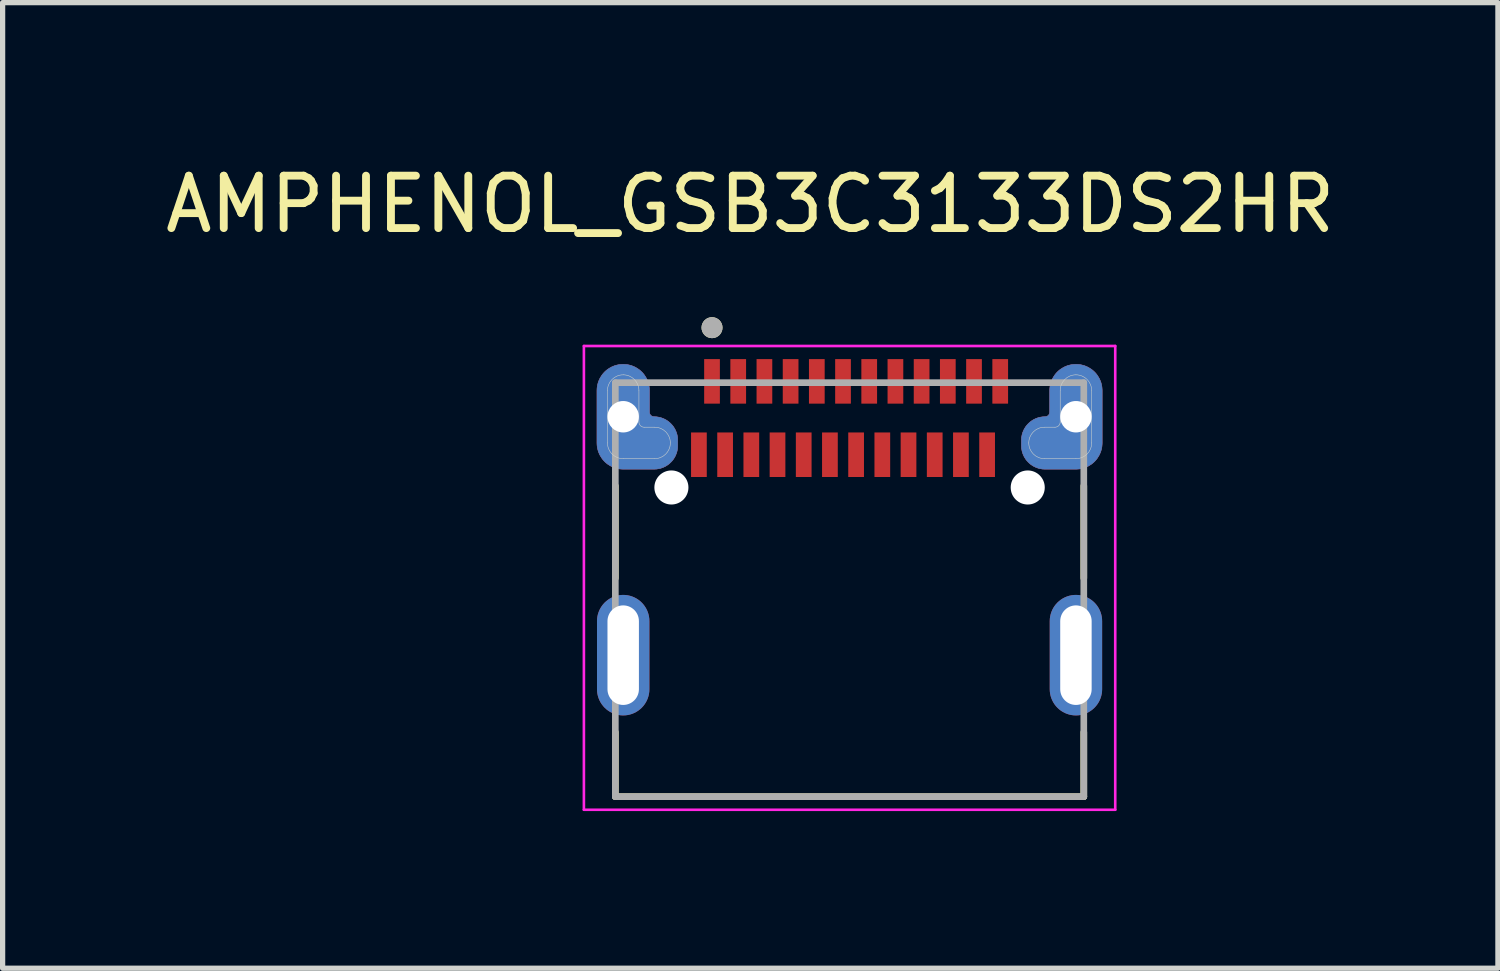
<source format=kicad_pcb>
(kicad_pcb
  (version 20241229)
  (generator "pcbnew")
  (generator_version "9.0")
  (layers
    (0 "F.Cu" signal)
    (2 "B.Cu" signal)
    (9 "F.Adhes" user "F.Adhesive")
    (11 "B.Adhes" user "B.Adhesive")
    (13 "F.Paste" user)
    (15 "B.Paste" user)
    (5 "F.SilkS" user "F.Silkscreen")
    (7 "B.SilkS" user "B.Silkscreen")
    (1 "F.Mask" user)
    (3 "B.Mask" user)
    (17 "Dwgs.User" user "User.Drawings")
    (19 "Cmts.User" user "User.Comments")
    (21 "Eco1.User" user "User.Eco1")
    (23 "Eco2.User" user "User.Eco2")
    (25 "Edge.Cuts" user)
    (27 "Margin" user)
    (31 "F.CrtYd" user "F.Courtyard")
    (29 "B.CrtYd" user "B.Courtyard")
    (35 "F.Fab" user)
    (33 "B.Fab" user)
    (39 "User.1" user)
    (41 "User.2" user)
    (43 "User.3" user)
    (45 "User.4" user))
  (footprint "AMPHENOL_GSB3C3133DS2HR"
    (layer "F.Cu")
    (at 13.163 9.453)
    (property "Reference" "AMPHENOL_GSB3C3133DS2HR" (at -1.895 -8.605 0) (layer "F.SilkS") (effects (font (size 1 1) (thickness 0.15))))
    (attr smd)
    (fp_poly (pts (xy -3.73 -3.55) (xy -3.706 -3.551) (xy -3.683 -3.552) (xy -3.66 -3.556) (xy -3.636 -3.56) (xy -3.614 -3.565) (xy -3.591 -3.572) (xy -3.569 -3.58) (xy -3.547 -3.589) (xy -3.526 -3.599) (xy -3.505 -3.61) (xy -3.485 -3.623) (xy -3.465 -3.636) (xy -3.447 -3.65) (xy -3.429 -3.666) (xy -3.412 -3.682) (xy -3.396 -3.699) (xy -3.38 -3.717) (xy -3.366 -3.735) (xy -3.353 -3.755) (xy -3.34 -3.775) (xy -3.329 -3.796) (xy -3.319 -3.817) (xy -3.31 -3.839) (xy -3.302 -3.861) (xy -3.295 -3.884) (xy -3.29 -3.906) (xy -3.286 -3.93) (xy -3.282 -3.953) (xy -3.281 -3.976) (xy -3.28 -4) (xy -3.28 -4.1) (xy -3.281 -4.124) (xy -3.282 -4.147) (xy -3.286 -4.17) (xy -3.29 -4.194) (xy -3.295 -4.216) (xy -3.302 -4.239) (xy -3.31 -4.261) (xy -3.319 -4.283) (xy -3.329 -4.304) (xy -3.34 -4.325) (xy -3.353 -4.345) (xy -3.366 -4.365) (xy -3.38 -4.383) (xy -3.396 -4.401) (xy -3.412 -4.418) (xy -3.429 -4.434) (xy -3.447 -4.45) (xy -3.465 -4.464) (xy -3.485 -4.477) (xy -3.505 -4.49) (xy -3.526 -4.501) (xy -3.547 -4.511) (xy -3.569 -4.52) (xy -3.591 -4.528) (xy -3.614 -4.535) (xy -3.636 -4.54) (xy -3.66 -4.544) (xy -3.683 -4.548) (xy -3.706 -4.549) (xy -3.73 -4.55) (xy -3.735 -4.55) (xy -3.739 -4.55) (xy -3.744 -4.551) (xy -3.749 -4.552) (xy -3.753 -4.553) (xy -3.758 -4.554) (xy -3.762 -4.556) (xy -3.767 -4.558) (xy -3.771 -4.56) (xy -3.775 -4.562) (xy -3.779 -4.565) (xy -3.783 -4.567) (xy -3.787 -4.57) (xy -3.79 -4.573) (xy -3.794 -4.576) (xy -3.797 -4.58) (xy -3.8 -4.583) (xy -3.803 -4.587) (xy -3.805 -4.591) (xy -3.808 -4.595) (xy -3.81 -4.599) (xy -3.812 -4.603) (xy -3.814 -4.608) (xy -3.816 -4.612) (xy -3.817 -4.617) (xy -3.818 -4.621) (xy -3.819 -4.626) (xy -3.82 -4.631) (xy -3.82 -4.635) (xy -3.82 -4.64) (xy -3.82 -5.05) (xy -3.821 -5.076) (xy -3.823 -5.102) (xy -3.826 -5.128) (xy -3.831 -5.154) (xy -3.837 -5.179) (xy -3.844 -5.205) (xy -3.853 -5.229) (xy -3.863 -5.253) (xy -3.874 -5.277) (xy -3.887 -5.3) (xy -3.901 -5.322) (xy -3.915 -5.344) (xy -3.931 -5.365) (xy -3.948 -5.385) (xy -3.966 -5.404) (xy -3.985 -5.422) (xy -4.005 -5.439) (xy -4.026 -5.455) (xy -4.048 -5.469) (xy -4.07 -5.483) (xy -4.093 -5.496) (xy -4.117 -5.507) (xy -4.141 -5.517) (xy -4.165 -5.526) (xy -4.191 -5.533) (xy -4.216 -5.539) (xy -4.242 -5.544) (xy -4.268 -5.547) (xy -4.294 -5.549) (xy -4.32 -5.55) (xy -4.346 -5.549) (xy -4.372 -5.547) (xy -4.398 -5.544) (xy -4.424 -5.539) (xy -4.449 -5.533) (xy -4.475 -5.526) (xy -4.499 -5.517) (xy -4.523 -5.507) (xy -4.547 -5.496) (xy -4.57 -5.483) (xy -4.592 -5.469) (xy -4.614 -5.455) (xy -4.635 -5.439) (xy -4.655 -5.422) (xy -4.674 -5.404) (xy -4.692 -5.385) (xy -4.709 -5.365) (xy -4.725 -5.344) (xy -4.739 -5.322) (xy -4.753 -5.3) (xy -4.766 -5.277) (xy -4.777 -5.253) (xy -4.787 -5.229) (xy -4.796 -5.205) (xy -4.803 -5.179) (xy -4.809 -5.154) (xy -4.814 -5.128) (xy -4.817 -5.102) (xy -4.819 -5.076) (xy -4.82 -5.05) (xy -4.82 -4.05) (xy -4.819 -4.024) (xy -4.817 -3.998) (xy -4.814 -3.972) (xy -4.809 -3.946) (xy -4.803 -3.921) (xy -4.796 -3.895) (xy -4.787 -3.871) (xy -4.777 -3.847) (xy -4.766 -3.823) (xy -4.753 -3.8) (xy -4.739 -3.778) (xy -4.725 -3.756) (xy -4.709 -3.735) (xy -4.692 -3.715) (xy -4.674 -3.696) (xy -4.655 -3.678) (xy -4.635 -3.661) (xy -4.614 -3.645) (xy -4.592 -3.631) (xy -4.57 -3.617) (xy -4.547 -3.604) (xy -4.523 -3.593) (xy -4.499 -3.583) (xy -4.475 -3.574) (xy -4.449 -3.567) (xy -4.424 -3.561) (xy -4.398 -3.556) (xy -4.372 -3.553) (xy -4.346 -3.551) (xy -4.32 -3.55) (xy -3.73 -3.55)) (stroke (width 0.01) (type solid)) (fill yes) (layer "F.Cu"))
    (fp_poly (pts (xy 3.73 -3.55) (xy 3.706 -3.551) (xy 3.683 -3.552) (xy 3.66 -3.556) (xy 3.636 -3.56) (xy 3.614 -3.565) (xy 3.591 -3.572) (xy 3.569 -3.58) (xy 3.547 -3.589) (xy 3.526 -3.599) (xy 3.505 -3.61) (xy 3.485 -3.623) (xy 3.465 -3.636) (xy 3.447 -3.65) (xy 3.429 -3.666) (xy 3.412 -3.682) (xy 3.396 -3.699) (xy 3.38 -3.717) (xy 3.366 -3.735) (xy 3.353 -3.755) (xy 3.34 -3.775) (xy 3.329 -3.796) (xy 3.319 -3.817) (xy 3.31 -3.839) (xy 3.302 -3.861) (xy 3.295 -3.884) (xy 3.29 -3.906) (xy 3.286 -3.93) (xy 3.282 -3.953) (xy 3.281 -3.976) (xy 3.28 -4) (xy 3.28 -4.1) (xy 3.281 -4.124) (xy 3.282 -4.147) (xy 3.286 -4.17) (xy 3.29 -4.194) (xy 3.295 -4.216) (xy 3.302 -4.239) (xy 3.31 -4.261) (xy 3.319 -4.283) (xy 3.329 -4.304) (xy 3.34 -4.325) (xy 3.353 -4.345) (xy 3.366 -4.365) (xy 3.38 -4.383) (xy 3.396 -4.401) (xy 3.412 -4.418) (xy 3.429 -4.434) (xy 3.447 -4.45) (xy 3.465 -4.464) (xy 3.485 -4.477) (xy 3.505 -4.49) (xy 3.526 -4.501) (xy 3.547 -4.511) (xy 3.569 -4.52) (xy 3.591 -4.528) (xy 3.614 -4.535) (xy 3.636 -4.54) (xy 3.66 -4.544) (xy 3.683 -4.548) (xy 3.706 -4.549) (xy 3.73 -4.55) (xy 3.735 -4.55) (xy 3.739 -4.55) (xy 3.744 -4.551) (xy 3.749 -4.552) (xy 3.753 -4.553) (xy 3.758 -4.554) (xy 3.762 -4.556) (xy 3.767 -4.558) (xy 3.771 -4.56) (xy 3.775 -4.562) (xy 3.779 -4.565) (xy 3.783 -4.567) (xy 3.787 -4.57) (xy 3.79 -4.573) (xy 3.794 -4.576) (xy 3.797 -4.58) (xy 3.8 -4.583) (xy 3.803 -4.587) (xy 3.805 -4.591) (xy 3.808 -4.595) (xy 3.81 -4.599) (xy 3.812 -4.603) (xy 3.814 -4.608) (xy 3.816 -4.612) (xy 3.817 -4.617) (xy 3.818 -4.621) (xy 3.819 -4.626) (xy 3.82 -4.631) (xy 3.82 -4.635) (xy 3.82 -4.64) (xy 3.82 -5.05) (xy 3.821 -5.076) (xy 3.823 -5.102) (xy 3.826 -5.128) (xy 3.831 -5.154) (xy 3.837 -5.179) (xy 3.844 -5.205) (xy 3.853 -5.229) (xy 3.863 -5.253) (xy 3.874 -5.277) (xy 3.887 -5.3) (xy 3.901 -5.322) (xy 3.915 -5.344) (xy 3.931 -5.365) (xy 3.948 -5.385) (xy 3.966 -5.404) (xy 3.985 -5.422) (xy 4.005 -5.439) (xy 4.026 -5.455) (xy 4.048 -5.469) (xy 4.07 -5.483) (xy 4.093 -5.496) (xy 4.117 -5.507) (xy 4.141 -5.517) (xy 4.165 -5.526) (xy 4.191 -5.533) (xy 4.216 -5.539) (xy 4.242 -5.544) (xy 4.268 -5.547) (xy 4.294 -5.549) (xy 4.32 -5.55) (xy 4.346 -5.549) (xy 4.372 -5.547) (xy 4.398 -5.544) (xy 4.424 -5.539) (xy 4.449 -5.533) (xy 4.475 -5.526) (xy 4.499 -5.517) (xy 4.523 -5.507) (xy 4.547 -5.496) (xy 4.57 -5.483) (xy 4.592 -5.469) (xy 4.614 -5.455) (xy 4.635 -5.439) (xy 4.655 -5.422) (xy 4.674 -5.404) (xy 4.692 -5.385) (xy 4.709 -5.365) (xy 4.725 -5.344) (xy 4.739 -5.322) (xy 4.753 -5.3) (xy 4.766 -5.277) (xy 4.777 -5.253) (xy 4.787 -5.229) (xy 4.796 -5.205) (xy 4.803 -5.179) (xy 4.809 -5.154) (xy 4.814 -5.128) (xy 4.817 -5.102) (xy 4.819 -5.076) (xy 4.82 -5.05) (xy 4.82 -4.05) (xy 4.819 -4.024) (xy 4.817 -3.998) (xy 4.814 -3.972) (xy 4.809 -3.946) (xy 4.803 -3.921) (xy 4.796 -3.895) (xy 4.787 -3.871) (xy 4.777 -3.847) (xy 4.766 -3.823) (xy 4.753 -3.8) (xy 4.739 -3.778) (xy 4.725 -3.756) (xy 4.709 -3.735) (xy 4.692 -3.715) (xy 4.674 -3.696) (xy 4.655 -3.678) (xy 4.635 -3.661) (xy 4.614 -3.645) (xy 4.592 -3.631) (xy 4.57 -3.617) (xy 4.547 -3.604) (xy 4.523 -3.593) (xy 4.499 -3.583) (xy 4.475 -3.574) (xy 4.449 -3.567) (xy 4.424 -3.561) (xy 4.398 -3.556) (xy 4.372 -3.553) (xy 4.346 -3.551) (xy 4.32 -3.55) (xy 3.73 -3.55)) (stroke (width 0.01) (type solid)) (fill yes) (layer "F.Cu"))
    (fp_poly (pts (xy -3.18 -4.11) (xy -3.18 -4.05) (xy -3.181 -4.019) (xy -3.183 -3.987) (xy -3.187 -3.956) (xy -3.193 -3.925) (xy -3.2 -3.895) (xy -3.209 -3.865) (xy -3.22 -3.835) (xy -3.232 -3.806) (xy -3.245 -3.778) (xy -3.26 -3.75) (xy -3.277 -3.723) (xy -3.295 -3.697) (xy -3.314 -3.672) (xy -3.334 -3.649) (xy -3.356 -3.626) (xy -3.379 -3.604) (xy -3.402 -3.584) (xy -3.427 -3.565) (xy -3.453 -3.547) (xy -3.48 -3.53) (xy -3.508 -3.515) (xy -3.536 -3.502) (xy -3.565 -3.49) (xy -3.595 -3.479) (xy -3.625 -3.47) (xy -3.655 -3.463) (xy -3.686 -3.457) (xy -3.717 -3.453) (xy -3.749 -3.451) (xy -3.78 -3.45) (xy -4.32 -3.45) (xy -4.351 -3.451) (xy -4.383 -3.453) (xy -4.414 -3.457) (xy -4.445 -3.463) (xy -4.475 -3.47) (xy -4.505 -3.479) (xy -4.535 -3.49) (xy -4.564 -3.502) (xy -4.592 -3.515) (xy -4.62 -3.53) (xy -4.647 -3.547) (xy -4.673 -3.565) (xy -4.698 -3.584) (xy -4.721 -3.604) (xy -4.744 -3.626) (xy -4.766 -3.649) (xy -4.786 -3.672) (xy -4.805 -3.697) (xy -4.823 -3.723) (xy -4.84 -3.75) (xy -4.855 -3.778) (xy -4.868 -3.806) (xy -4.88 -3.835) (xy -4.891 -3.865) (xy -4.9 -3.895) (xy -4.907 -3.925) (xy -4.913 -3.956) (xy -4.917 -3.987) (xy -4.919 -4.019) (xy -4.92 -4.05) (xy -4.92 -5.05) (xy -4.919 -5.081) (xy -4.917 -5.113) (xy -4.913 -5.144) (xy -4.907 -5.175) (xy -4.9 -5.205) (xy -4.891 -5.235) (xy -4.88 -5.265) (xy -4.868 -5.294) (xy -4.855 -5.322) (xy -4.84 -5.35) (xy -4.823 -5.377) (xy -4.805 -5.403) (xy -4.786 -5.428) (xy -4.766 -5.451) (xy -4.744 -5.474) (xy -4.721 -5.496) (xy -4.698 -5.516) (xy -4.673 -5.535) (xy -4.647 -5.553) (xy -4.62 -5.57) (xy -4.592 -5.585) (xy -4.564 -5.598) (xy -4.535 -5.61) (xy -4.505 -5.621) (xy -4.475 -5.63) (xy -4.445 -5.637) (xy -4.414 -5.643) (xy -4.383 -5.647) (xy -4.351 -5.649) (xy -4.32 -5.65) (xy -4.289 -5.649) (xy -4.257 -5.647) (xy -4.226 -5.643) (xy -4.195 -5.637) (xy -4.165 -5.63) (xy -4.135 -5.621) (xy -4.105 -5.61) (xy -4.076 -5.598) (xy -4.048 -5.585) (xy -4.02 -5.57) (xy -3.993 -5.553) (xy -3.967 -5.535) (xy -3.942 -5.516) (xy -3.919 -5.496) (xy -3.896 -5.474) (xy -3.874 -5.451) (xy -3.854 -5.428) (xy -3.835 -5.403) (xy -3.817 -5.377) (xy -3.8 -5.35) (xy -3.785 -5.322) (xy -3.772 -5.294) (xy -3.76 -5.265) (xy -3.749 -5.235) (xy -3.74 -5.205) (xy -3.733 -5.175) (xy -3.727 -5.144) (xy -3.723 -5.113) (xy -3.721 -5.081) (xy -3.72 -5.05) (xy -3.72 -4.65) (xy -3.692 -4.649) (xy -3.664 -4.647) (xy -3.636 -4.643) (xy -3.608 -4.638) (xy -3.58 -4.632) (xy -3.553 -4.624) (xy -3.526 -4.614) (xy -3.5 -4.603) (xy -3.475 -4.591) (xy -3.45 -4.578) (xy -3.426 -4.563) (xy -3.403 -4.547) (xy -3.38 -4.53) (xy -3.359 -4.511) (xy -3.338 -4.492) (xy -3.319 -4.471) (xy -3.3 -4.45) (xy -3.283 -4.427) (xy -3.267 -4.404) (xy -3.252 -4.38) (xy -3.239 -4.355) (xy -3.227 -4.33) (xy -3.216 -4.304) (xy -3.206 -4.277) (xy -3.198 -4.25) (xy -3.192 -4.222) (xy -3.187 -4.194) (xy -3.183 -4.166) (xy -3.181 -4.138) (xy -3.18 -4.11)) (stroke (width 0.01) (type solid)) (fill yes) (layer "F.Mask"))
    (fp_poly (pts (xy 3.78 -3.45) (xy 3.749 -3.451) (xy 3.717 -3.453) (xy 3.686 -3.457) (xy 3.655 -3.463) (xy 3.625 -3.47) (xy 3.595 -3.479) (xy 3.565 -3.49) (xy 3.536 -3.502) (xy 3.508 -3.515) (xy 3.48 -3.53) (xy 3.453 -3.547) (xy 3.427 -3.565) (xy 3.402 -3.584) (xy 3.379 -3.604) (xy 3.356 -3.626) (xy 3.334 -3.649) (xy 3.314 -3.672) (xy 3.295 -3.697) (xy 3.277 -3.723) (xy 3.26 -3.75) (xy 3.245 -3.778) (xy 3.232 -3.806) (xy 3.22 -3.835) (xy 3.209 -3.865) (xy 3.2 -3.895) (xy 3.193 -3.925) (xy 3.187 -3.956) (xy 3.183 -3.987) (xy 3.181 -4.019) (xy 3.18 -4.05) (xy 3.18 -4.11) (xy 3.181 -4.138) (xy 3.183 -4.166) (xy 3.187 -4.194) (xy 3.192 -4.222) (xy 3.198 -4.25) (xy 3.206 -4.277) (xy 3.216 -4.304) (xy 3.227 -4.33) (xy 3.239 -4.355) (xy 3.252 -4.38) (xy 3.267 -4.404) (xy 3.283 -4.427) (xy 3.3 -4.45) (xy 3.319 -4.471) (xy 3.338 -4.492) (xy 3.359 -4.511) (xy 3.38 -4.53) (xy 3.403 -4.547) (xy 3.426 -4.563) (xy 3.45 -4.578) (xy 3.475 -4.591) (xy 3.5 -4.603) (xy 3.526 -4.614) (xy 3.553 -4.624) (xy 3.58 -4.632) (xy 3.608 -4.638) (xy 3.636 -4.643) (xy 3.664 -4.647) (xy 3.692 -4.649) (xy 3.72 -4.65) (xy 3.72 -5.05) (xy 3.721 -5.081) (xy 3.723 -5.113) (xy 3.727 -5.144) (xy 3.733 -5.175) (xy 3.74 -5.205) (xy 3.749 -5.235) (xy 3.76 -5.265) (xy 3.772 -5.294) (xy 3.785 -5.322) (xy 3.8 -5.35) (xy 3.817 -5.377) (xy 3.835 -5.403) (xy 3.854 -5.428) (xy 3.874 -5.451) (xy 3.896 -5.474) (xy 3.919 -5.496) (xy 3.942 -5.516) (xy 3.967 -5.535) (xy 3.993 -5.553) (xy 4.02 -5.57) (xy 4.048 -5.585) (xy 4.076 -5.598) (xy 4.105 -5.61) (xy 4.135 -5.621) (xy 4.165 -5.63) (xy 4.195 -5.637) (xy 4.226 -5.643) (xy 4.257 -5.647) (xy 4.289 -5.649) (xy 4.32 -5.65) (xy 4.351 -5.649) (xy 4.383 -5.647) (xy 4.414 -5.643) (xy 4.445 -5.637) (xy 4.475 -5.63) (xy 4.505 -5.621) (xy 4.535 -5.61) (xy 4.564 -5.598) (xy 4.592 -5.585) (xy 4.62 -5.57) (xy 4.647 -5.553) (xy 4.673 -5.535) (xy 4.698 -5.516) (xy 4.721 -5.496) (xy 4.744 -5.474) (xy 4.766 -5.451) (xy 4.786 -5.428) (xy 4.805 -5.403) (xy 4.823 -5.377) (xy 4.84 -5.35) (xy 4.855 -5.322) (xy 4.868 -5.294) (xy 4.88 -5.265) (xy 4.891 -5.235) (xy 4.9 -5.205) (xy 4.907 -5.175) (xy 4.913 -5.144) (xy 4.917 -5.113) (xy 4.919 -5.081) (xy 4.92 -5.05) (xy 4.92 -4.05) (xy 4.919 -4.019) (xy 4.917 -3.987) (xy 4.913 -3.956) (xy 4.907 -3.925) (xy 4.9 -3.895) (xy 4.891 -3.865) (xy 4.88 -3.835) (xy 4.868 -3.806) (xy 4.855 -3.778) (xy 4.84 -3.75) (xy 4.823 -3.723) (xy 4.805 -3.697) (xy 4.786 -3.672) (xy 4.766 -3.649) (xy 4.744 -3.626) (xy 4.721 -3.604) (xy 4.698 -3.584) (xy 4.673 -3.565) (xy 4.647 -3.547) (xy 4.62 -3.53) (xy 4.592 -3.515) (xy 4.564 -3.502) (xy 4.535 -3.49) (xy 4.505 -3.479) (xy 4.475 -3.47) (xy 4.445 -3.463) (xy 4.414 -3.457) (xy 4.383 -3.453) (xy 4.351 -3.451) (xy 4.32 -3.45) (xy 3.78 -3.45)) (stroke (width 0.01) (type solid)) (fill yes) (layer "F.Mask"))
    (fp_poly (pts (xy -3.73 -3.55) (xy -3.706 -3.551) (xy -3.683 -3.552) (xy -3.66 -3.556) (xy -3.636 -3.56) (xy -3.614 -3.565) (xy -3.591 -3.572) (xy -3.569 -3.58) (xy -3.547 -3.589) (xy -3.526 -3.599) (xy -3.505 -3.61) (xy -3.485 -3.623) (xy -3.465 -3.636) (xy -3.447 -3.65) (xy -3.429 -3.666) (xy -3.412 -3.682) (xy -3.396 -3.699) (xy -3.38 -3.717) (xy -3.366 -3.735) (xy -3.353 -3.755) (xy -3.34 -3.775) (xy -3.329 -3.796) (xy -3.319 -3.817) (xy -3.31 -3.839) (xy -3.302 -3.861) (xy -3.295 -3.884) (xy -3.29 -3.906) (xy -3.286 -3.93) (xy -3.282 -3.953) (xy -3.281 -3.976) (xy -3.28 -4) (xy -3.28 -4.1) (xy -3.281 -4.124) (xy -3.282 -4.147) (xy -3.286 -4.17) (xy -3.29 -4.194) (xy -3.295 -4.216) (xy -3.302 -4.239) (xy -3.31 -4.261) (xy -3.319 -4.283) (xy -3.329 -4.304) (xy -3.34 -4.325) (xy -3.353 -4.345) (xy -3.366 -4.365) (xy -3.38 -4.383) (xy -3.396 -4.401) (xy -3.412 -4.418) (xy -3.429 -4.434) (xy -3.447 -4.45) (xy -3.465 -4.464) (xy -3.485 -4.477) (xy -3.505 -4.49) (xy -3.526 -4.501) (xy -3.547 -4.511) (xy -3.569 -4.52) (xy -3.591 -4.528) (xy -3.614 -4.535) (xy -3.636 -4.54) (xy -3.66 -4.544) (xy -3.683 -4.548) (xy -3.706 -4.549) (xy -3.73 -4.55) (xy -3.735 -4.55) (xy -3.739 -4.55) (xy -3.744 -4.551) (xy -3.749 -4.552) (xy -3.753 -4.553) (xy -3.758 -4.554) (xy -3.762 -4.556) (xy -3.767 -4.558) (xy -3.771 -4.56) (xy -3.775 -4.562) (xy -3.779 -4.565) (xy -3.783 -4.567) (xy -3.787 -4.57) (xy -3.79 -4.573) (xy -3.794 -4.576) (xy -3.797 -4.58) (xy -3.8 -4.583) (xy -3.803 -4.587) (xy -3.805 -4.591) (xy -3.808 -4.595) (xy -3.81 -4.599) (xy -3.812 -4.603) (xy -3.814 -4.608) (xy -3.816 -4.612) (xy -3.817 -4.617) (xy -3.818 -4.621) (xy -3.819 -4.626) (xy -3.82 -4.631) (xy -3.82 -4.635) (xy -3.82 -4.64) (xy -3.82 -5.05) (xy -3.821 -5.076) (xy -3.823 -5.102) (xy -3.826 -5.128) (xy -3.831 -5.154) (xy -3.837 -5.179) (xy -3.844 -5.205) (xy -3.853 -5.229) (xy -3.863 -5.253) (xy -3.874 -5.277) (xy -3.887 -5.3) (xy -3.901 -5.322) (xy -3.915 -5.344) (xy -3.931 -5.365) (xy -3.948 -5.385) (xy -3.966 -5.404) (xy -3.985 -5.422) (xy -4.005 -5.439) (xy -4.026 -5.455) (xy -4.048 -5.469) (xy -4.07 -5.483) (xy -4.093 -5.496) (xy -4.117 -5.507) (xy -4.141 -5.517) (xy -4.165 -5.526) (xy -4.191 -5.533) (xy -4.216 -5.539) (xy -4.242 -5.544) (xy -4.268 -5.547) (xy -4.294 -5.549) (xy -4.32 -5.55) (xy -4.346 -5.549) (xy -4.372 -5.547) (xy -4.398 -5.544) (xy -4.424 -5.539) (xy -4.449 -5.533) (xy -4.475 -5.526) (xy -4.499 -5.517) (xy -4.523 -5.507) (xy -4.547 -5.496) (xy -4.57 -5.483) (xy -4.592 -5.469) (xy -4.614 -5.455) (xy -4.635 -5.439) (xy -4.655 -5.422) (xy -4.674 -5.404) (xy -4.692 -5.385) (xy -4.709 -5.365) (xy -4.725 -5.344) (xy -4.739 -5.322) (xy -4.753 -5.3) (xy -4.766 -5.277) (xy -4.777 -5.253) (xy -4.787 -5.229) (xy -4.796 -5.205) (xy -4.803 -5.179) (xy -4.809 -5.154) (xy -4.814 -5.128) (xy -4.817 -5.102) (xy -4.819 -5.076) (xy -4.82 -5.05) (xy -4.82 -4.05) (xy -4.819 -4.024) (xy -4.817 -3.998) (xy -4.814 -3.972) (xy -4.809 -3.946) (xy -4.803 -3.921) (xy -4.796 -3.895) (xy -4.787 -3.871) (xy -4.777 -3.847) (xy -4.766 -3.823) (xy -4.753 -3.8) (xy -4.739 -3.778) (xy -4.725 -3.756) (xy -4.709 -3.735) (xy -4.692 -3.715) (xy -4.674 -3.696) (xy -4.655 -3.678) (xy -4.635 -3.661) (xy -4.614 -3.645) (xy -4.592 -3.631) (xy -4.57 -3.617) (xy -4.547 -3.604) (xy -4.523 -3.593) (xy -4.499 -3.583) (xy -4.475 -3.574) (xy -4.449 -3.567) (xy -4.424 -3.561) (xy -4.398 -3.556) (xy -4.372 -3.553) (xy -4.346 -3.551) (xy -4.32 -3.55) (xy -3.73 -3.55)) (stroke (width 0.01) (type solid)) (fill yes) (layer "B.Cu"))
    (fp_poly (pts (xy 3.73 -3.55) (xy 3.706 -3.551) (xy 3.683 -3.552) (xy 3.66 -3.556) (xy 3.636 -3.56) (xy 3.614 -3.565) (xy 3.591 -3.572) (xy 3.569 -3.58) (xy 3.547 -3.589) (xy 3.526 -3.599) (xy 3.505 -3.61) (xy 3.485 -3.623) (xy 3.465 -3.636) (xy 3.447 -3.65) (xy 3.429 -3.666) (xy 3.412 -3.682) (xy 3.396 -3.699) (xy 3.38 -3.717) (xy 3.366 -3.735) (xy 3.353 -3.755) (xy 3.34 -3.775) (xy 3.329 -3.796) (xy 3.319 -3.817) (xy 3.31 -3.839) (xy 3.302 -3.861) (xy 3.295 -3.884) (xy 3.29 -3.906) (xy 3.286 -3.93) (xy 3.282 -3.953) (xy 3.281 -3.976) (xy 3.28 -4) (xy 3.28 -4.1) (xy 3.281 -4.124) (xy 3.282 -4.147) (xy 3.286 -4.17) (xy 3.29 -4.194) (xy 3.295 -4.216) (xy 3.302 -4.239) (xy 3.31 -4.261) (xy 3.319 -4.283) (xy 3.329 -4.304) (xy 3.34 -4.325) (xy 3.353 -4.345) (xy 3.366 -4.365) (xy 3.38 -4.383) (xy 3.396 -4.401) (xy 3.412 -4.418) (xy 3.429 -4.434) (xy 3.447 -4.45) (xy 3.465 -4.464) (xy 3.485 -4.477) (xy 3.505 -4.49) (xy 3.526 -4.501) (xy 3.547 -4.511) (xy 3.569 -4.52) (xy 3.591 -4.528) (xy 3.614 -4.535) (xy 3.636 -4.54) (xy 3.66 -4.544) (xy 3.683 -4.548) (xy 3.706 -4.549) (xy 3.73 -4.55) (xy 3.735 -4.55) (xy 3.739 -4.55) (xy 3.744 -4.551) (xy 3.749 -4.552) (xy 3.753 -4.553) (xy 3.758 -4.554) (xy 3.762 -4.556) (xy 3.767 -4.558) (xy 3.771 -4.56) (xy 3.775 -4.562) (xy 3.779 -4.565) (xy 3.783 -4.567) (xy 3.787 -4.57) (xy 3.79 -4.573) (xy 3.794 -4.576) (xy 3.797 -4.58) (xy 3.8 -4.583) (xy 3.803 -4.587) (xy 3.805 -4.591) (xy 3.808 -4.595) (xy 3.81 -4.599) (xy 3.812 -4.603) (xy 3.814 -4.608) (xy 3.816 -4.612) (xy 3.817 -4.617) (xy 3.818 -4.621) (xy 3.819 -4.626) (xy 3.82 -4.631) (xy 3.82 -4.635) (xy 3.82 -4.64) (xy 3.82 -5.05) (xy 3.821 -5.076) (xy 3.823 -5.102) (xy 3.826 -5.128) (xy 3.831 -5.154) (xy 3.837 -5.179) (xy 3.844 -5.205) (xy 3.853 -5.229) (xy 3.863 -5.253) (xy 3.874 -5.277) (xy 3.887 -5.3) (xy 3.901 -5.322) (xy 3.915 -5.344) (xy 3.931 -5.365) (xy 3.948 -5.385) (xy 3.966 -5.404) (xy 3.985 -5.422) (xy 4.005 -5.439) (xy 4.026 -5.455) (xy 4.048 -5.469) (xy 4.07 -5.483) (xy 4.093 -5.496) (xy 4.117 -5.507) (xy 4.141 -5.517) (xy 4.165 -5.526) (xy 4.191 -5.533) (xy 4.216 -5.539) (xy 4.242 -5.544) (xy 4.268 -5.547) (xy 4.294 -5.549) (xy 4.32 -5.55) (xy 4.346 -5.549) (xy 4.372 -5.547) (xy 4.398 -5.544) (xy 4.424 -5.539) (xy 4.449 -5.533) (xy 4.475 -5.526) (xy 4.499 -5.517) (xy 4.523 -5.507) (xy 4.547 -5.496) (xy 4.57 -5.483) (xy 4.592 -5.469) (xy 4.614 -5.455) (xy 4.635 -5.439) (xy 4.655 -5.422) (xy 4.674 -5.404) (xy 4.692 -5.385) (xy 4.709 -5.365) (xy 4.725 -5.344) (xy 4.739 -5.322) (xy 4.753 -5.3) (xy 4.766 -5.277) (xy 4.777 -5.253) (xy 4.787 -5.229) (xy 4.796 -5.205) (xy 4.803 -5.179) (xy 4.809 -5.154) (xy 4.814 -5.128) (xy 4.817 -5.102) (xy 4.819 -5.076) (xy 4.82 -5.05) (xy 4.82 -4.05) (xy 4.819 -4.024) (xy 4.817 -3.998) (xy 4.814 -3.972) (xy 4.809 -3.946) (xy 4.803 -3.921) (xy 4.796 -3.895) (xy 4.787 -3.871) (xy 4.777 -3.847) (xy 4.766 -3.823) (xy 4.753 -3.8) (xy 4.739 -3.778) (xy 4.725 -3.756) (xy 4.709 -3.735) (xy 4.692 -3.715) (xy 4.674 -3.696) (xy 4.655 -3.678) (xy 4.635 -3.661) (xy 4.614 -3.645) (xy 4.592 -3.631) (xy 4.57 -3.617) (xy 4.547 -3.604) (xy 4.523 -3.593) (xy 4.499 -3.583) (xy 4.475 -3.574) (xy 4.449 -3.567) (xy 4.424 -3.561) (xy 4.398 -3.556) (xy 4.372 -3.553) (xy 4.346 -3.551) (xy 4.32 -3.55) (xy 3.73 -3.55)) (stroke (width 0.01) (type solid)) (fill yes) (layer "B.Cu"))
    (fp_poly (pts (xy -3.78 -3.45) (xy -3.749 -3.451) (xy -3.717 -3.453) (xy -3.686 -3.457) (xy -3.655 -3.463) (xy -3.625 -3.47) (xy -3.595 -3.479) (xy -3.565 -3.49) (xy -3.536 -3.502) (xy -3.508 -3.515) (xy -3.48 -3.53) (xy -3.453 -3.547) (xy -3.427 -3.565) (xy -3.402 -3.584) (xy -3.379 -3.604) (xy -3.356 -3.626) (xy -3.334 -3.649) (xy -3.314 -3.672) (xy -3.295 -3.697) (xy -3.277 -3.723) (xy -3.26 -3.75) (xy -3.245 -3.778) (xy -3.232 -3.806) (xy -3.22 -3.835) (xy -3.209 -3.865) (xy -3.2 -3.895) (xy -3.193 -3.925) (xy -3.187 -3.956) (xy -3.183 -3.987) (xy -3.181 -4.019) (xy -3.18 -4.05) (xy -3.18 -4.11) (xy -3.181 -4.138) (xy -3.183 -4.166) (xy -3.187 -4.194) (xy -3.192 -4.222) (xy -3.198 -4.25) (xy -3.206 -4.277) (xy -3.216 -4.304) (xy -3.227 -4.33) (xy -3.239 -4.355) (xy -3.252 -4.38) (xy -3.267 -4.404) (xy -3.283 -4.427) (xy -3.3 -4.45) (xy -3.319 -4.471) (xy -3.338 -4.492) (xy -3.359 -4.511) (xy -3.38 -4.53) (xy -3.403 -4.547) (xy -3.426 -4.563) (xy -3.45 -4.578) (xy -3.475 -4.591) (xy -3.5 -4.603) (xy -3.526 -4.614) (xy -3.553 -4.624) (xy -3.58 -4.632) (xy -3.608 -4.638) (xy -3.636 -4.643) (xy -3.664 -4.647) (xy -3.692 -4.649) (xy -3.72 -4.65) (xy -3.72 -5.05) (xy -3.721 -5.081) (xy -3.723 -5.113) (xy -3.727 -5.144) (xy -3.733 -5.175) (xy -3.74 -5.205) (xy -3.749 -5.235) (xy -3.76 -5.265) (xy -3.772 -5.294) (xy -3.785 -5.322) (xy -3.8 -5.35) (xy -3.817 -5.377) (xy -3.835 -5.403) (xy -3.854 -5.428) (xy -3.874 -5.451) (xy -3.896 -5.474) (xy -3.919 -5.496) (xy -3.942 -5.516) (xy -3.967 -5.535) (xy -3.993 -5.553) (xy -4.02 -5.57) (xy -4.048 -5.585) (xy -4.076 -5.598) (xy -4.105 -5.61) (xy -4.135 -5.621) (xy -4.165 -5.63) (xy -4.195 -5.637) (xy -4.226 -5.643) (xy -4.257 -5.647) (xy -4.289 -5.649) (xy -4.32 -5.65) (xy -4.351 -5.649) (xy -4.383 -5.647) (xy -4.414 -5.643) (xy -4.445 -5.637) (xy -4.475 -5.63) (xy -4.505 -5.621) (xy -4.535 -5.61) (xy -4.564 -5.598) (xy -4.592 -5.585) (xy -4.62 -5.57) (xy -4.647 -5.553) (xy -4.673 -5.535) (xy -4.698 -5.516) (xy -4.721 -5.496) (xy -4.744 -5.474) (xy -4.766 -5.451) (xy -4.786 -5.428) (xy -4.805 -5.403) (xy -4.823 -5.377) (xy -4.84 -5.35) (xy -4.855 -5.322) (xy -4.868 -5.294) (xy -4.88 -5.265) (xy -4.891 -5.235) (xy -4.9 -5.205) (xy -4.907 -5.175) (xy -4.913 -5.144) (xy -4.917 -5.113) (xy -4.919 -5.081) (xy -4.92 -5.05) (xy -4.92 -4.05) (xy -4.919 -4.019) (xy -4.917 -3.987) (xy -4.913 -3.956) (xy -4.907 -3.925) (xy -4.9 -3.895) (xy -4.891 -3.865) (xy -4.88 -3.835) (xy -4.868 -3.806) (xy -4.855 -3.778) (xy -4.84 -3.75) (xy -4.823 -3.723) (xy -4.805 -3.697) (xy -4.786 -3.672) (xy -4.766 -3.649) (xy -4.744 -3.626) (xy -4.721 -3.604) (xy -4.698 -3.584) (xy -4.673 -3.565) (xy -4.647 -3.547) (xy -4.62 -3.53) (xy -4.592 -3.515) (xy -4.564 -3.502) (xy -4.535 -3.49) (xy -4.505 -3.479) (xy -4.475 -3.47) (xy -4.445 -3.463) (xy -4.414 -3.457) (xy -4.383 -3.453) (xy -4.351 -3.451) (xy -4.32 -3.45) (xy -3.78 -3.45)) (stroke (width 0.01) (type solid)) (fill yes) (layer "B.Mask"))
    (fp_poly (pts (xy 3.18 -4.11) (xy 3.18 -4.05) (xy 3.181 -4.019) (xy 3.183 -3.987) (xy 3.187 -3.956) (xy 3.193 -3.925) (xy 3.2 -3.895) (xy 3.209 -3.865) (xy 3.22 -3.835) (xy 3.232 -3.806) (xy 3.245 -3.778) (xy 3.26 -3.75) (xy 3.277 -3.723) (xy 3.295 -3.697) (xy 3.314 -3.672) (xy 3.334 -3.649) (xy 3.356 -3.626) (xy 3.379 -3.604) (xy 3.402 -3.584) (xy 3.427 -3.565) (xy 3.453 -3.547) (xy 3.48 -3.53) (xy 3.508 -3.515) (xy 3.536 -3.502) (xy 3.565 -3.49) (xy 3.595 -3.479) (xy 3.625 -3.47) (xy 3.655 -3.463) (xy 3.686 -3.457) (xy 3.717 -3.453) (xy 3.749 -3.451) (xy 3.78 -3.45) (xy 4.32 -3.45) (xy 4.351 -3.451) (xy 4.383 -3.453) (xy 4.414 -3.457) (xy 4.445 -3.463) (xy 4.475 -3.47) (xy 4.505 -3.479) (xy 4.535 -3.49) (xy 4.564 -3.502) (xy 4.592 -3.515) (xy 4.62 -3.53) (xy 4.647 -3.547) (xy 4.673 -3.565) (xy 4.698 -3.584) (xy 4.721 -3.604) (xy 4.744 -3.626) (xy 4.766 -3.649) (xy 4.786 -3.672) (xy 4.805 -3.697) (xy 4.823 -3.723) (xy 4.84 -3.75) (xy 4.855 -3.778) (xy 4.868 -3.806) (xy 4.88 -3.835) (xy 4.891 -3.865) (xy 4.9 -3.895) (xy 4.907 -3.925) (xy 4.913 -3.956) (xy 4.917 -3.987) (xy 4.919 -4.019) (xy 4.92 -4.05) (xy 4.92 -5.05) (xy 4.919 -5.081) (xy 4.917 -5.113) (xy 4.913 -5.144) (xy 4.907 -5.175) (xy 4.9 -5.205) (xy 4.891 -5.235) (xy 4.88 -5.265) (xy 4.868 -5.294) (xy 4.855 -5.322) (xy 4.84 -5.35) (xy 4.823 -5.377) (xy 4.805 -5.403) (xy 4.786 -5.428) (xy 4.766 -5.451) (xy 4.744 -5.474) (xy 4.721 -5.496) (xy 4.698 -5.516) (xy 4.673 -5.535) (xy 4.647 -5.553) (xy 4.62 -5.57) (xy 4.592 -5.585) (xy 4.564 -5.598) (xy 4.535 -5.61) (xy 4.505 -5.621) (xy 4.475 -5.63) (xy 4.445 -5.637) (xy 4.414 -5.643) (xy 4.383 -5.647) (xy 4.351 -5.649) (xy 4.32 -5.65) (xy 4.289 -5.649) (xy 4.257 -5.647) (xy 4.226 -5.643) (xy 4.195 -5.637) (xy 4.165 -5.63) (xy 4.135 -5.621) (xy 4.105 -5.61) (xy 4.076 -5.598) (xy 4.048 -5.585) (xy 4.02 -5.57) (xy 3.993 -5.553) (xy 3.967 -5.535) (xy 3.942 -5.516) (xy 3.919 -5.496) (xy 3.896 -5.474) (xy 3.874 -5.451) (xy 3.854 -5.428) (xy 3.835 -5.403) (xy 3.817 -5.377) (xy 3.8 -5.35) (xy 3.785 -5.322) (xy 3.772 -5.294) (xy 3.76 -5.265) (xy 3.749 -5.235) (xy 3.74 -5.205) (xy 3.733 -5.175) (xy 3.727 -5.144) (xy 3.723 -5.113) (xy 3.721 -5.081) (xy 3.72 -5.05) (xy 3.72 -4.65) (xy 3.692 -4.649) (xy 3.664 -4.647) (xy 3.636 -4.643) (xy 3.608 -4.638) (xy 3.58 -4.632) (xy 3.553 -4.624) (xy 3.526 -4.614) (xy 3.5 -4.603) (xy 3.475 -4.591) (xy 3.45 -4.578) (xy 3.426 -4.563) (xy 3.403 -4.547) (xy 3.38 -4.53) (xy 3.359 -4.511) (xy 3.338 -4.492) (xy 3.319 -4.471) (xy 3.3 -4.45) (xy 3.283 -4.427) (xy 3.267 -4.404) (xy 3.252 -4.38) (xy 3.239 -4.355) (xy 3.227 -4.33) (xy 3.216 -4.304) (xy 3.206 -4.277) (xy 3.198 -4.25) (xy 3.192 -4.222) (xy 3.187 -4.194) (xy 3.183 -4.166) (xy 3.181 -4.138) (xy 3.18 -4.11)) (stroke (width 0.01) (type solid)) (fill yes) (layer "B.Mask"))
    (fp_line (start -4.47 -3.23) (end -4.47 -1.47) (stroke (width 0.127) (type solid)) (layer "F.SilkS"))
    (fp_line (start -4.47 2.7) (end -4.47 1.47) (stroke (width 0.127) (type solid)) (layer "F.SilkS"))
    (fp_line (start 4.47 -3.23) (end 4.47 -1.47) (stroke (width 0.127) (type solid)) (layer "F.SilkS"))
    (fp_line (start 4.47 2.7) (end -4.47 2.7) (stroke (width 0.127) (type solid)) (layer "F.SilkS"))
    (fp_line (start 4.47 2.7) (end 4.47 1.47) (stroke (width 0.127) (type solid)) (layer "F.SilkS"))
    (fp_circle (center -2.625 -6.25) (end -2.525 -6.25) (stroke (width 0.2) (type solid)) (fill no) (layer "F.SilkS"))
    (fp_line (start -4.62 -5.05) (end -4.62 -4.05) (stroke (width 0.01) (type solid)) (layer "Edge.Cuts"))
    (fp_line (start -4.32 -3.75) (end -3.72 -3.75) (stroke (width 0.01) (type solid)) (layer "Edge.Cuts"))
    (fp_line (start -4.02 -4.45) (end -4.02 -5.05) (stroke (width 0.01) (type solid)) (layer "Edge.Cuts"))
    (fp_line (start -3.72 -4.35) (end -3.92 -4.35) (stroke (width 0.01) (type solid)) (layer "Edge.Cuts"))
    (fp_line (start 3.72 -4.35) (end 3.92 -4.35) (stroke (width 0.01) (type solid)) (layer "Edge.Cuts"))
    (fp_line (start 4.02 -4.45) (end 4.02 -5.05) (stroke (width 0.01) (type solid)) (layer "Edge.Cuts"))
    (fp_line (start 4.32 -3.75) (end 3.72 -3.75) (stroke (width 0.01) (type solid)) (layer "Edge.Cuts"))
    (fp_line (start 4.62 -5.05) (end 4.62 -4.05) (stroke (width 0.01) (type solid)) (layer "Edge.Cuts"))
    (fp_arc (start -4.62 -5.05) (mid -4.532132 -5.262132) (end -4.32 -5.35) (stroke (width 0.01) (type solid)) (layer "Edge.Cuts"))
    (fp_arc (start -4.32 -5.35) (mid -4.107868 -5.262132) (end -4.02 -5.05) (stroke (width 0.01) (type solid)) (layer "Edge.Cuts"))
    (fp_arc (start -4.32 -3.75) (mid -4.532132 -3.837868) (end -4.62 -4.05) (stroke (width 0.01) (type solid)) (layer "Edge.Cuts"))
    (fp_arc (start -3.92 -4.35) (mid -3.990711 -4.379289) (end -4.02 -4.45) (stroke (width 0.01) (type solid)) (layer "Edge.Cuts"))
    (fp_arc (start -3.72 -4.35) (mid -3.507868 -4.262132) (end -3.42 -4.05) (stroke (width 0.01) (type solid)) (layer "Edge.Cuts"))
    (fp_arc (start -3.42 -4.05) (mid -3.507868 -3.837868) (end -3.72 -3.75) (stroke (width 0.01) (type solid)) (layer "Edge.Cuts"))
    (fp_arc (start 3.42 -4.05) (mid 3.507868 -4.262132) (end 3.72 -4.35) (stroke (width 0.01) (type solid)) (layer "Edge.Cuts"))
    (fp_arc (start 3.72 -3.75) (mid 3.507868 -3.837868) (end 3.42 -4.05) (stroke (width 0.01) (type solid)) (layer "Edge.Cuts"))
    (fp_arc (start 4.02 -5.05) (mid 4.107868 -5.262132) (end 4.32 -5.35) (stroke (width 0.01) (type solid)) (layer "Edge.Cuts"))
    (fp_arc (start 4.02 -4.45) (mid 3.990711 -4.379289) (end 3.92 -4.35) (stroke (width 0.01) (type solid)) (layer "Edge.Cuts"))
    (fp_arc (start 4.32 -5.35) (mid 4.532132 -5.262132) (end 4.62 -5.05) (stroke (width 0.01) (type solid)) (layer "Edge.Cuts"))
    (fp_arc (start 4.62 -4.05) (mid 4.532132 -3.837868) (end 4.32 -3.75) (stroke (width 0.01) (type solid)) (layer "Edge.Cuts"))
    (fp_line (start -5.07 -5.9) (end -5.07 2.95) (stroke (width 0.05) (type solid)) (layer "F.CrtYd"))
    (fp_line (start -5.07 2.95) (end 5.07 2.95) (stroke (width 0.05) (type solid)) (layer "F.CrtYd"))
    (fp_line (start 5.07 -5.9) (end -5.07 -5.9) (stroke (width 0.05) (type solid)) (layer "F.CrtYd"))
    (fp_line (start 5.07 2.95) (end 5.07 -5.9) (stroke (width 0.05) (type solid)) (layer "F.CrtYd"))
    (fp_line (start -4.47 -5.2) (end 4.47 -5.2) (stroke (width 0.127) (type solid)) (layer "F.Fab"))
    (fp_line (start -4.47 2.7) (end -4.47 -5.2) (stroke (width 0.127) (type solid)) (layer "F.Fab"))
    (fp_line (start 4.47 -5.2) (end 4.47 2.7) (stroke (width 0.127) (type solid)) (layer "F.Fab"))
    (fp_line (start 4.47 2.7) (end -4.47 2.7) (stroke (width 0.127) (type solid)) (layer "F.Fab"))
    (fp_circle (center -2.625 -6.25) (end -2.525 -6.25) (stroke (width 0.2) (type solid)) (fill no) (layer "F.Fab"))
    (pad "" np_thru_hole circle (at -3.4 -3.2) (size 0.65 0.65) (drill 0.65) (layers "*.Cu" "*.Mask"))
    (pad "" np_thru_hole circle (at 3.4 -3.2) (size 0.65 0.65) (drill 0.65) (layers "*.Cu" "*.Mask"))
    (pad "A1" smd rect (at -2.625 -5.225) (size 0.3 0.85) (layers "F.Cu" "F.Mask" "F.Paste"))
    (pad "A2" smd rect (at -2.125 -5.225) (size 0.3 0.85) (layers "F.Cu" "F.Mask" "F.Paste"))
    (pad "A3" smd rect (at -1.625 -5.225) (size 0.3 0.85) (layers "F.Cu" "F.Mask" "F.Paste"))
    (pad "A4" smd rect (at -1.125 -5.225) (size 0.3 0.85) (layers "F.Cu" "F.Mask" "F.Paste"))
    (pad "A5" smd rect (at -0.625 -5.225) (size 0.3 0.85) (layers "F.Cu" "F.Mask" "F.Paste"))
    (pad "A6" smd rect (at -0.125 -5.225) (size 0.3 0.85) (layers "F.Cu" "F.Mask" "F.Paste"))
    (pad "A7" smd rect (at 0.375 -5.225) (size 0.3 0.85) (layers "F.Cu" "F.Mask" "F.Paste"))
    (pad "A8" smd rect (at 0.875 -5.225) (size 0.3 0.85) (layers "F.Cu" "F.Mask" "F.Paste"))
    (pad "A9" smd rect (at 1.375 -5.225) (size 0.3 0.85) (layers "F.Cu" "F.Mask" "F.Paste"))
    (pad "A10" smd rect (at 1.875 -5.225) (size 0.3 0.85) (layers "F.Cu" "F.Mask" "F.Paste"))
    (pad "A11" smd rect (at 2.375 -5.225) (size 0.3 0.85) (layers "F.Cu" "F.Mask" "F.Paste"))
    (pad "A12" smd rect (at 2.875 -5.225) (size 0.3 0.85) (layers "F.Cu" "F.Mask" "F.Paste"))
    (pad "B1" smd rect (at 2.625 -3.825) (size 0.3 0.85) (layers "F.Cu" "F.Mask" "F.Paste"))
    (pad "B2" smd rect (at 2.125 -3.825) (size 0.3 0.85) (layers "F.Cu" "F.Mask" "F.Paste"))
    (pad "B3" smd rect (at 1.625 -3.825) (size 0.3 0.85) (layers "F.Cu" "F.Mask" "F.Paste"))
    (pad "B4" smd rect (at 1.125 -3.825) (size 0.3 0.85) (layers "F.Cu" "F.Mask" "F.Paste"))
    (pad "B5" smd rect (at 0.625 -3.825) (size 0.3 0.85) (layers "F.Cu" "F.Mask" "F.Paste"))
    (pad "B6" smd rect (at 0.125 -3.825) (size 0.3 0.85) (layers "F.Cu" "F.Mask" "F.Paste"))
    (pad "B7" smd rect (at -0.375 -3.825) (size 0.3 0.85) (layers "F.Cu" "F.Mask" "F.Paste"))
    (pad "B8" smd rect (at -0.875 -3.825) (size 0.3 0.85) (layers "F.Cu" "F.Mask" "F.Paste"))
    (pad "B9" smd rect (at -1.375 -3.825) (size 0.3 0.85) (layers "F.Cu" "F.Mask" "F.Paste"))
    (pad "B10" smd rect (at -1.875 -3.825) (size 0.3 0.85) (layers "F.Cu" "F.Mask" "F.Paste"))
    (pad "B11" smd rect (at -2.375 -3.825) (size 0.3 0.85) (layers "F.Cu" "F.Mask" "F.Paste"))
    (pad "B12" smd rect (at -2.875 -3.825) (size 0.3 0.85) (layers "F.Cu" "F.Mask" "F.Paste"))
    (pad "SH1" thru_hole oval (at -4.32 0) (size 1 2.3) (drill oval 0.6 1.9) (layers "*.Cu" "*.Mask"))
    (pad "SH2" thru_hole circle (at -4.32 -4.55) (size 0.9 0.9) (drill 0.6) (layers "*.Cu"))
    (pad "SH3" thru_hole circle (at 4.32 -4.55) (size 0.9 0.9) (drill 0.6) (layers "*.Cu"))
    (pad "SH4" thru_hole oval (at 4.32 0) (size 1 2.3) (drill oval 0.6 1.9) (layers "*.Cu" "*.Mask")))
  (gr_rect
    (start -3 -3)
    (end 25.536 15.428)
    (stroke (width 0.1) (type default))
    (fill no)
    (layer "Edge.Cuts")))
</source>
